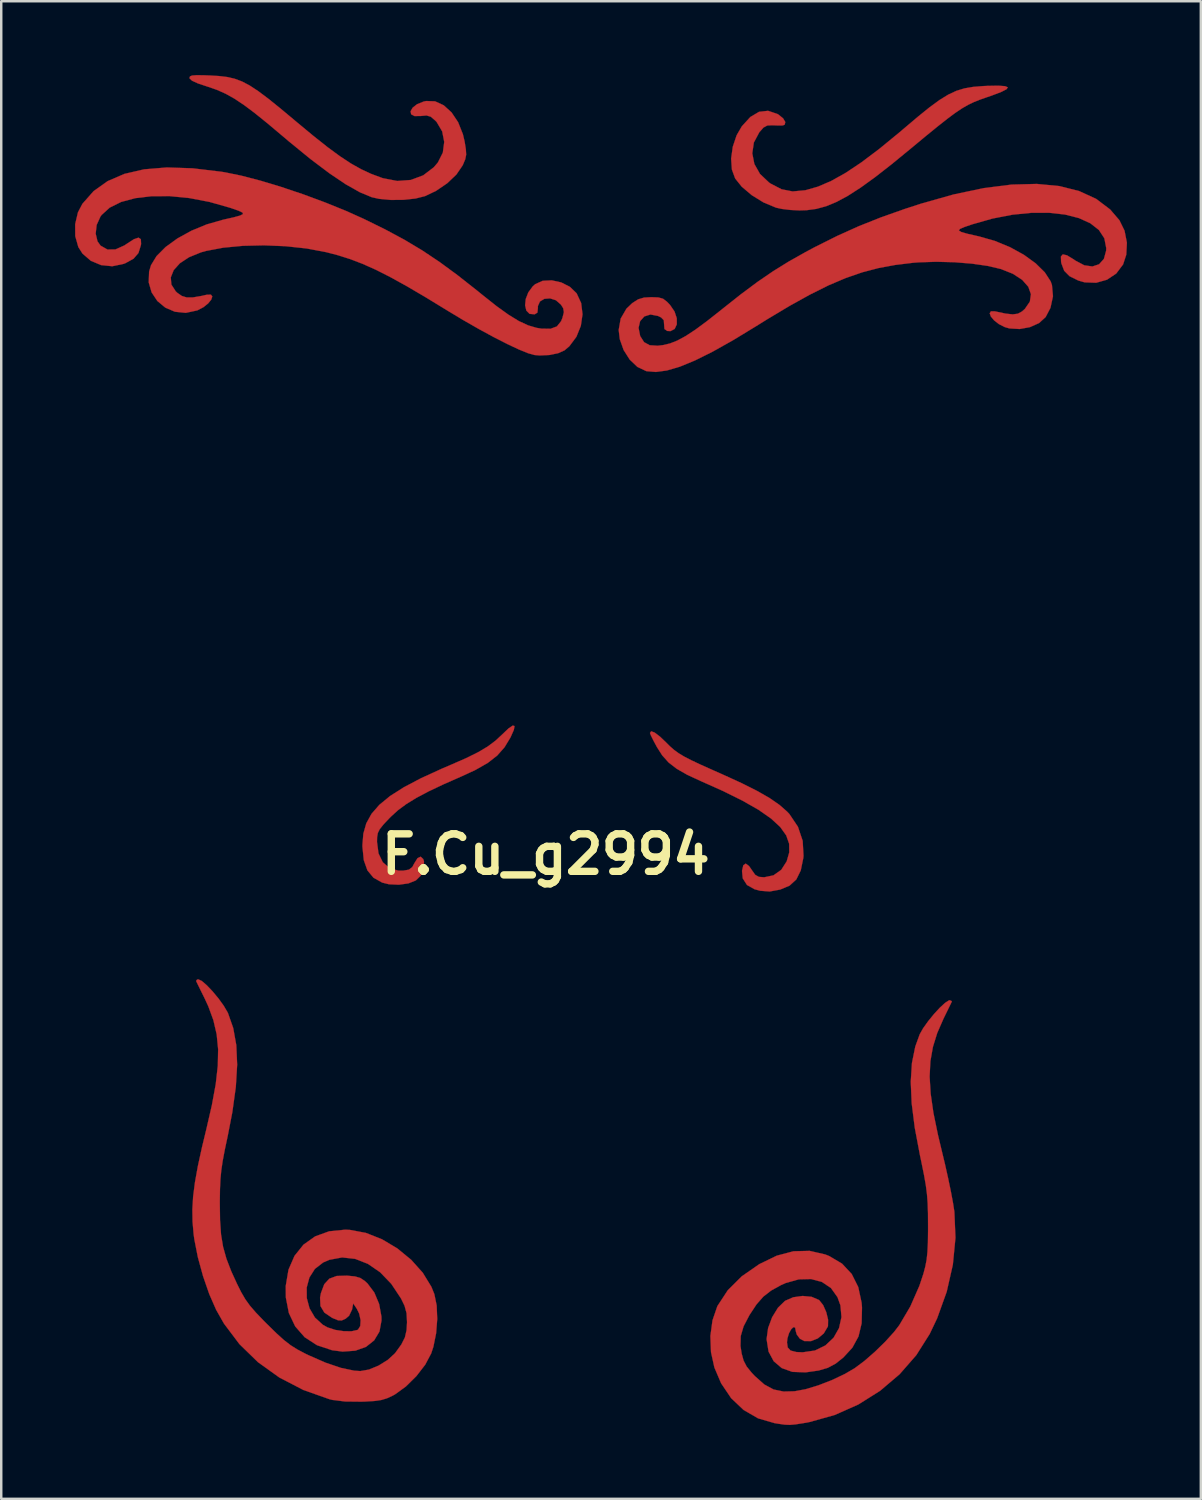
<source format=kicad_pcb>
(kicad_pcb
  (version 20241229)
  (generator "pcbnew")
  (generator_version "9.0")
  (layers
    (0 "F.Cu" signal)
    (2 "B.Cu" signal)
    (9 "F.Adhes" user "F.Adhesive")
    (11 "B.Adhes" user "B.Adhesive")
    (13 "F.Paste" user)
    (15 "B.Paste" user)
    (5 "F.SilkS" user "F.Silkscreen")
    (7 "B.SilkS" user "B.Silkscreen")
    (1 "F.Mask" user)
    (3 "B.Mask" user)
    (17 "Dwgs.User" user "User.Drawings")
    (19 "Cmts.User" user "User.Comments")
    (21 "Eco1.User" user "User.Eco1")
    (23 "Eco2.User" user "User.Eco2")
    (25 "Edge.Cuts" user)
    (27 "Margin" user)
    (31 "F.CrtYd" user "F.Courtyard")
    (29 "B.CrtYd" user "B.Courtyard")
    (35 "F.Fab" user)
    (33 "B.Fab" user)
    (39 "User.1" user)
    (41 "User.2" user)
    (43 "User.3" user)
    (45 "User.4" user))
  (footprint "F.Cu_g2994"
    (layer "F.Cu")
    (at 19.128 31.668)
    (property "Reference" "F.Cu_g2994" (at 0 0 0) (layer "F.SilkS") (effects (font (size 1.524 1.524) (thickness 0.3))))
    (attr through_hole)
    (fp_poly (pts (xy 4.424 -4.95) (xy 4.641 -4.785) (xy 4.872 -4.565) (xy 5.047 -4.391) (xy 5.215 -4.244) (xy 5.399 -4.11) (xy 5.624 -3.974) (xy 5.916 -3.823) (xy 6.299 -3.643) (xy 6.799 -3.419) (xy 7.16 -3.259) (xy 7.944 -2.901) (xy 8.583 -2.581) (xy 9.095 -2.288) (xy 9.495 -2.011) (xy 9.803 -1.741) (xy 9.9 -1.638) (xy 10.246 -1.123) (xy 10.44 -0.549) (xy 10.473 0.06) (xy 10.465 0.148) (xy 10.362 0.651) (xy 10.181 1.019) (xy 9.904 1.272) (xy 9.525 1.43) (xy 9.1 1.508) (xy 8.713 1.479) (xy 8.48 1.416) (xy 8.176 1.244) (xy 8.004 0.975) (xy 7.974 0.669) (xy 8.028 0.44) (xy 8.125 0.375) (xy 8.259 0.473) (xy 8.369 0.631) (xy 8.508 0.829) (xy 8.66 0.914) (xy 8.876 0.931) (xy 9.253 0.852) (xy 9.569 0.628) (xy 9.789 0.285) (xy 9.894 -0.081) (xy 9.89 -0.431) (xy 9.77 -0.773) (xy 9.527 -1.112) (xy 9.154 -1.456) (xy 8.644 -1.812) (xy 7.989 -2.185) (xy 7.182 -2.584) (xy 6.316 -2.971) (xy 5.752 -3.231) (xy 5.321 -3.478) (xy 4.991 -3.733) (xy 4.732 -4.023) (xy 4.517 -4.36) (xy 4.375 -4.624) (xy 4.274 -4.829) (xy 4.234 -4.931) (xy 4.234 -4.932) (xy 4.283 -5.002) (xy 4.424 -4.95)) (stroke (width 0.01) (type solid)) (fill yes) (layer "F.Cu"))
    (fp_poly (pts (xy -1.27 -5.215) (xy -1.297 -5.061) (xy -1.425 -4.771) (xy -1.434 -4.752) (xy -1.674 -4.355) (xy -1.972 -4.017) (xy -2.358 -3.716) (xy -2.86 -3.43) (xy -3.398 -3.181) (xy -4.15 -2.849) (xy -4.765 -2.558) (xy -5.263 -2.294) (xy -5.669 -2.044) (xy -6.005 -1.795) (xy -6.292 -1.534) (xy -6.352 -1.473) (xy -6.598 -1.212) (xy -6.747 -1.025) (xy -6.825 -0.868) (xy -6.854 -0.695) (xy -6.858 -0.504) (xy -6.797 -0.039) (xy -6.623 0.32) (xy -6.347 0.558) (xy -5.984 0.663) (xy -5.794 0.662) (xy -5.56 0.621) (xy -5.423 0.514) (xy -5.34 0.36) (xy -5.211 0.153) (xy -5.084 0.094) (xy -4.981 0.189) (xy -4.95 0.278) (xy -4.954 0.577) (xy -5.085 0.867) (xy -5.277 1.057) (xy -5.58 1.179) (xy -5.969 1.233) (xy -6.371 1.215) (xy -6.646 1.147) (xy -7.001 0.949) (xy -7.248 0.65) (xy -7.395 0.234) (xy -7.45 -0.313) (xy -7.45 -0.387) (xy -7.413 -0.843) (xy -7.294 -1.26) (xy -7.082 -1.646) (xy -6.764 -2.012) (xy -6.33 -2.369) (xy -5.769 -2.726) (xy -5.069 -3.095) (xy -4.219 -3.484) (xy -3.852 -3.641) (xy -3.234 -3.911) (xy -2.747 -4.153) (xy -2.36 -4.383) (xy -2.042 -4.621) (xy -1.782 -4.863) (xy -1.514 -5.117) (xy -1.343 -5.234) (xy -1.27 -5.215)) (stroke (width 0.01) (type solid)) (fill yes) (layer "F.Cu"))
    (fp_poly (pts (xy 18.661 -31.217) (xy 18.775 -31.17) (xy 18.724 -31.092) (xy 18.507 -30.981) (xy 18.126 -30.836) (xy 17.931 -30.77) (xy 17.648 -30.671) (xy 17.397 -30.571) (xy 17.158 -30.456) (xy 16.911 -30.313) (xy 16.636 -30.128) (xy 16.313 -29.888) (xy 15.922 -29.579) (xy 15.442 -29.188) (xy 14.855 -28.701) (xy 14.831 -28.681) (xy 14.054 -28.044) (xy 13.38 -27.518) (xy 12.793 -27.094) (xy 12.277 -26.762) (xy 11.815 -26.513) (xy 11.392 -26.338) (xy 10.991 -26.229) (xy 10.596 -26.176) (xy 10.304 -26.168) (xy 9.941 -26.186) (xy 9.593 -26.228) (xy 9.356 -26.28) (xy 8.848 -26.492) (xy 8.367 -26.789) (xy 7.96 -27.135) (xy 7.696 -27.466) (xy 7.563 -27.829) (xy 7.532 -28.274) (xy 7.599 -28.754) (xy 7.756 -29.221) (xy 7.966 -29.584) (xy 8.311 -29.963) (xy 8.666 -30.174) (xy 9.032 -30.215) (xy 9.409 -30.088) (xy 9.461 -30.058) (xy 9.645 -29.908) (xy 9.733 -29.76) (xy 9.709 -29.652) (xy 9.631 -29.621) (xy 9.479 -29.618) (xy 9.249 -29.626) (xy 9.217 -29.628) (xy 9.003 -29.619) (xy 8.846 -29.535) (xy 8.675 -29.341) (xy 8.675 -29.34) (xy 8.455 -28.926) (xy 8.391 -28.488) (xy 8.476 -28.054) (xy 8.705 -27.649) (xy 9.073 -27.301) (xy 9.132 -27.26) (xy 9.581 -27.027) (xy 10.03 -26.939) (xy 10.537 -26.986) (xy 10.567 -26.992) (xy 11.066 -27.135) (xy 11.601 -27.366) (xy 12.185 -27.693) (xy 12.831 -28.124) (xy 13.554 -28.669) (xy 14.366 -29.335) (xy 14.539 -29.482) (xy 15.118 -29.972) (xy 15.597 -30.359) (xy 16.002 -30.655) (xy 16.357 -30.874) (xy 16.686 -31.027) (xy 17.014 -31.127) (xy 17.365 -31.187) (xy 17.764 -31.22) (xy 17.939 -31.228) (xy 18.382 -31.236) (xy 18.661 -31.217)) (stroke (width 0.01) (type solid)) (fill yes) (layer "F.Cu"))
    (fp_poly (pts (xy -13.887 -31.659) (xy -13.652 -31.65) (xy -13.272 -31.628) (xy -12.942 -31.588) (xy -12.64 -31.518) (xy -12.344 -31.407) (xy -12.032 -31.243) (xy -11.684 -31.014) (xy -11.277 -30.709) (xy -10.79 -30.317) (xy -10.201 -29.825) (xy -10.118 -29.755) (xy -9.441 -29.194) (xy -8.864 -28.736) (xy -8.363 -28.368) (xy -7.916 -28.074) (xy -7.502 -27.841) (xy -7.097 -27.653) (xy -6.679 -27.497) (xy -6.616 -27.476) (xy -6.037 -27.364) (xy -5.484 -27.405) (xy -4.98 -27.593) (xy -4.55 -27.921) (xy -4.384 -28.116) (xy -4.183 -28.516) (xy -4.126 -28.951) (xy -4.209 -29.378) (xy -4.43 -29.754) (xy -4.491 -29.819) (xy -4.673 -29.975) (xy -4.846 -30.026) (xy -5.074 -30.005) (xy -5.334 -30.001) (xy -5.471 -30.074) (xy -5.493 -30.197) (xy -5.41 -30.342) (xy -5.232 -30.482) (xy -4.967 -30.59) (xy -4.864 -30.613) (xy -4.499 -30.601) (xy -4.147 -30.439) (xy -3.828 -30.149) (xy -3.562 -29.751) (xy -3.368 -29.264) (xy -3.298 -28.968) (xy -3.247 -28.648) (xy -3.235 -28.431) (xy -3.271 -28.25) (xy -3.357 -28.044) (xy -3.385 -27.987) (xy -3.632 -27.626) (xy -4.003 -27.273) (xy -4.456 -26.964) (xy -4.906 -26.749) (xy -5.294 -26.651) (xy -5.778 -26.598) (xy -6.292 -26.593) (xy -6.77 -26.637) (xy -7.07 -26.704) (xy -7.55 -26.903) (xy -8.125 -27.227) (xy -8.795 -27.678) (xy -9.564 -28.258) (xy -10.434 -28.968) (xy -10.71 -29.202) (xy -11.325 -29.719) (xy -11.839 -30.134) (xy -12.277 -30.461) (xy -12.661 -30.715) (xy -13.013 -30.911) (xy -13.355 -31.064) (xy -13.711 -31.188) (xy -13.738 -31.196) (xy -14.134 -31.328) (xy -14.376 -31.439) (xy -14.474 -31.532) (xy -14.478 -31.553) (xy -14.456 -31.614) (xy -14.369 -31.649) (xy -14.189 -31.663) (xy -13.887 -31.659)) (stroke (width 0.01) (type solid)) (fill yes) (layer "F.Cu"))
    (fp_poly (pts (xy 20.869 -27.157) (xy 21.673 -26.954) (xy 22.363 -26.638) (xy 22.933 -26.207) (xy 23.31 -25.769) (xy 23.519 -25.343) (xy 23.614 -24.856) (xy 23.589 -24.369) (xy 23.46 -23.974) (xy 23.183 -23.605) (xy 22.806 -23.352) (xy 22.366 -23.228) (xy 21.896 -23.245) (xy 21.639 -23.319) (xy 21.283 -23.495) (xy 21.065 -23.717) (xy 20.951 -24.018) (xy 20.94 -24.077) (xy 20.933 -24.293) (xy 21.01 -24.382) (xy 21.18 -24.343) (xy 21.452 -24.178) (xy 21.519 -24.13) (xy 21.882 -23.937) (xy 22.212 -23.89) (xy 22.485 -23.98) (xy 22.68 -24.198) (xy 22.771 -24.534) (xy 22.775 -24.637) (xy 22.698 -25.034) (xy 22.477 -25.372) (xy 22.126 -25.647) (xy 21.661 -25.857) (xy 21.098 -26) (xy 20.451 -26.072) (xy 19.735 -26.07) (xy 18.966 -25.994) (xy 18.158 -25.838) (xy 17.328 -25.602) (xy 17.317 -25.598) (xy 17.009 -25.493) (xy 16.83 -25.415) (xy 16.785 -25.351) (xy 16.883 -25.29) (xy 17.13 -25.219) (xy 17.535 -25.127) (xy 17.611 -25.11) (xy 18.257 -24.925) (xy 18.872 -24.67) (xy 19.431 -24.362) (xy 19.907 -24.017) (xy 20.277 -23.653) (xy 20.515 -23.287) (xy 20.569 -23.135) (xy 20.61 -22.679) (xy 20.509 -22.21) (xy 20.312 -21.833) (xy 20.046 -21.591) (xy 19.676 -21.425) (xy 19.256 -21.348) (xy 18.838 -21.373) (xy 18.653 -21.426) (xy 18.411 -21.549) (xy 18.217 -21.701) (xy 18.087 -21.856) (xy 18.039 -21.986) (xy 18.087 -22.066) (xy 18.249 -22.067) (xy 18.267 -22.063) (xy 18.68 -21.975) (xy 18.972 -21.943) (xy 19.182 -21.97) (xy 19.351 -22.061) (xy 19.469 -22.166) (xy 19.671 -22.46) (xy 19.715 -22.765) (xy 19.608 -23.065) (xy 19.36 -23.346) (xy 18.98 -23.593) (xy 18.499 -23.785) (xy 17.97 -23.911) (xy 17.323 -24.004) (xy 16.606 -24.062) (xy 15.868 -24.081) (xy 15.158 -24.058) (xy 14.924 -24.04) (xy 14.203 -23.952) (xy 13.522 -23.826) (xy 12.858 -23.652) (xy 12.187 -23.42) (xy 11.487 -23.122) (xy 10.735 -22.747) (xy 9.907 -22.288) (xy 8.982 -21.734) (xy 8.551 -21.466) (xy 7.609 -20.893) (xy 6.784 -20.43) (xy 6.067 -20.073) (xy 5.449 -19.818) (xy 4.921 -19.663) (xy 4.475 -19.603) (xy 4.101 -19.634) (xy 4.077 -19.64) (xy 3.725 -19.807) (xy 3.412 -20.104) (xy 3.164 -20.494) (xy 3.007 -20.937) (xy 2.963 -21.311) (xy 3.044 -21.771) (xy 3.278 -22.175) (xy 3.515 -22.401) (xy 3.753 -22.554) (xy 3.995 -22.626) (xy 4.296 -22.642) (xy 4.578 -22.631) (xy 4.765 -22.579) (xy 4.928 -22.454) (xy 5.047 -22.329) (xy 5.232 -22.06) (xy 5.323 -21.785) (xy 5.324 -21.537) (xy 5.238 -21.352) (xy 5.07 -21.263) (xy 4.936 -21.269) (xy 4.823 -21.348) (xy 4.808 -21.532) (xy 4.796 -21.706) (xy 4.685 -21.819) (xy 4.559 -21.88) (xy 4.253 -21.938) (xy 4.003 -21.859) (xy 3.834 -21.669) (xy 3.77 -21.396) (xy 3.835 -21.069) (xy 3.841 -21.054) (xy 3.995 -20.814) (xy 4.222 -20.689) (xy 4.552 -20.669) (xy 4.761 -20.694) (xy 5.047 -20.761) (xy 5.348 -20.88) (xy 5.686 -21.063) (xy 6.082 -21.323) (xy 6.556 -21.673) (xy 7.13 -22.126) (xy 7.193 -22.177) (xy 7.937 -22.766) (xy 8.604 -23.263) (xy 9.234 -23.694) (xy 9.871 -24.089) (xy 10.554 -24.474) (xy 10.944 -24.682) (xy 11.845 -25.132) (xy 12.719 -25.526) (xy 13.621 -25.885) (xy 14.603 -26.232) (xy 15.253 -26.443) (xy 16.576 -26.817) (xy 17.803 -27.075) (xy 18.929 -27.217) (xy 19.953 -27.244) (xy 20.869 -27.157)) (stroke (width 0.01) (type solid)) (fill yes) (layer "F.Cu"))
    (fp_poly (pts (xy -14.354 -27.879) (xy -13.18 -27.739) (xy -13.039 -27.716) (xy -12.371 -27.579) (xy -11.592 -27.376) (xy -10.738 -27.118) (xy -9.848 -26.818) (xy -8.959 -26.489) (xy -8.109 -26.144) (xy -7.395 -25.823) (xy -6.523 -25.394) (xy -5.745 -24.976) (xy -5.021 -24.543) (xy -4.312 -24.069) (xy -3.577 -23.529) (xy -2.775 -22.897) (xy -2.582 -22.74) (xy -2 -22.278) (xy -1.51 -21.926) (xy -1.092 -21.67) (xy -0.721 -21.498) (xy -0.375 -21.396) (xy -0.179 -21.364) (xy 0.195 -21.358) (xy 0.453 -21.454) (xy 0.623 -21.667) (xy 0.68 -21.81) (xy 0.736 -22.034) (xy 0.708 -22.194) (xy 0.615 -22.34) (xy 0.413 -22.517) (xy 0.174 -22.593) (xy -0.056 -22.575) (xy -0.236 -22.469) (xy -0.32 -22.283) (xy -0.32 -22.203) (xy -0.34 -22.016) (xy -0.449 -21.946) (xy -0.658 -21.964) (xy -0.789 -22.096) (xy -0.84 -22.309) (xy -0.814 -22.567) (xy -0.71 -22.836) (xy -0.529 -23.082) (xy -0.427 -23.172) (xy -0.125 -23.307) (xy 0.242 -23.326) (xy 0.626 -23.242) (xy 0.978 -23.064) (xy 1.25 -22.803) (xy 1.254 -22.798) (xy 1.438 -22.402) (xy 1.493 -21.948) (xy 1.425 -21.478) (xy 1.244 -21.031) (xy 0.958 -20.648) (xy 0.762 -20.481) (xy 0.502 -20.365) (xy 0.144 -20.292) (xy -0.246 -20.274) (xy -0.466 -20.293) (xy -0.721 -20.365) (xy -1.096 -20.518) (xy -1.568 -20.74) (xy -2.116 -21.02) (xy -2.718 -21.347) (xy -3.35 -21.709) (xy -3.991 -22.094) (xy -4.031 -22.119) (xy -4.899 -22.649) (xy -5.652 -23.091) (xy -6.311 -23.455) (xy -6.898 -23.753) (xy -7.435 -23.993) (xy -7.944 -24.188) (xy -8.446 -24.347) (xy -8.927 -24.472) (xy -9.717 -24.621) (xy -10.572 -24.713) (xy -11.45 -24.749) (xy -12.309 -24.729) (xy -13.108 -24.653) (xy -13.803 -24.522) (xy -14.011 -24.464) (xy -14.496 -24.266) (xy -14.869 -24.02) (xy -15.12 -23.741) (xy -15.238 -23.446) (xy -15.214 -23.154) (xy -15.038 -22.88) (xy -14.969 -22.816) (xy -14.789 -22.692) (xy -14.595 -22.632) (xy -14.344 -22.632) (xy -13.996 -22.691) (xy -13.78 -22.74) (xy -13.608 -22.746) (xy -13.551 -22.672) (xy -13.593 -22.545) (xy -13.717 -22.391) (xy -13.906 -22.238) (xy -14.145 -22.112) (xy -14.166 -22.104) (xy -14.63 -22.005) (xy -15.069 -22.05) (xy -15.461 -22.218) (xy -15.784 -22.487) (xy -16.016 -22.835) (xy -16.135 -23.241) (xy -16.119 -23.684) (xy -16.041 -23.943) (xy -15.816 -24.312) (xy -15.449 -24.68) (xy -14.969 -25.028) (xy -14.402 -25.341) (xy -13.776 -25.6) (xy -13.118 -25.788) (xy -13.115 -25.789) (xy -12.688 -25.885) (xy -12.42 -25.959) (xy -12.302 -26.02) (xy -12.329 -26.083) (xy -12.492 -26.159) (xy -12.784 -26.261) (xy -12.83 -26.276) (xy -13.666 -26.513) (xy -14.488 -26.67) (xy -15.278 -26.747) (xy -16.016 -26.745) (xy -16.681 -26.666) (xy -17.255 -26.512) (xy -17.718 -26.283) (xy -18.051 -25.981) (xy -18.097 -25.917) (xy -18.251 -25.576) (xy -18.29 -25.223) (xy -18.216 -24.91) (xy -18.092 -24.737) (xy -17.813 -24.579) (xy -17.488 -24.581) (xy -17.125 -24.744) (xy -17.031 -24.807) (xy -16.738 -24.997) (xy -16.549 -25.061) (xy -16.454 -24.998) (xy -16.445 -24.808) (xy -16.453 -24.754) (xy -16.552 -24.437) (xy -16.752 -24.205) (xy -17.083 -24.023) (xy -17.152 -23.996) (xy -17.615 -23.899) (xy -18.073 -23.946) (xy -18.489 -24.122) (xy -18.826 -24.414) (xy -18.995 -24.679) (xy -19.12 -25.121) (xy -19.123 -25.612) (xy -19.01 -26.09) (xy -18.831 -26.434) (xy -18.374 -26.952) (xy -17.805 -27.357) (xy -17.122 -27.652) (xy -16.321 -27.837) (xy -15.4 -27.913) (xy -14.354 -27.879)) (stroke (width 0.01) (type solid)) (fill yes) (layer "F.Cu"))
    (fp_poly (pts (xy 16.498 5.964) (xy 16.496 5.99) (xy 16.448 6.091) (xy 16.344 6.304) (xy 16.205 6.588) (xy 16.156 6.689) (xy 15.907 7.259) (xy 15.732 7.823) (xy 15.629 8.406) (xy 15.598 9.031) (xy 15.64 9.724) (xy 15.753 10.508) (xy 15.938 11.406) (xy 16.081 12.003) (xy 16.22 12.581) (xy 16.35 13.163) (xy 16.463 13.707) (xy 16.55 14.173) (xy 16.603 14.517) (xy 16.604 14.526) (xy 16.648 15.581) (xy 16.542 16.673) (xy 16.292 17.773) (xy 15.904 18.851) (xy 15.602 19.486) (xy 15.056 20.35) (xy 14.378 21.125) (xy 13.586 21.798) (xy 12.7 22.355) (xy 11.738 22.782) (xy 10.719 23.067) (xy 10.461 23.114) (xy 10.144 23.163) (xy 9.918 23.183) (xy 9.707 23.174) (xy 9.437 23.135) (xy 9.291 23.111) (xy 8.626 22.917) (xy 8.037 22.576) (xy 7.533 22.098) (xy 7.126 21.494) (xy 6.852 20.853) (xy 6.714 20.229) (xy 6.689 19.571) (xy 6.775 18.934) (xy 6.968 18.371) (xy 6.983 18.341) (xy 7.396 17.712) (xy 7.963 17.147) (xy 8.677 16.651) (xy 9.387 16.307) (xy 10.066 16.128) (xy 10.72 16.112) (xy 11.356 16.258) (xy 11.519 16.323) (xy 12.039 16.631) (xy 12.432 17.051) (xy 12.697 17.581) (xy 12.835 18.222) (xy 12.85 18.415) (xy 12.835 19.055) (xy 12.708 19.589) (xy 12.457 20.048) (xy 12.096 20.441) (xy 11.778 20.695) (xy 11.459 20.865) (xy 11.087 20.974) (xy 10.606 21.042) (xy 10.541 21.048) (xy 10.019 21.029) (xy 9.588 20.874) (xy 9.262 20.596) (xy 9.053 20.206) (xy 8.975 19.714) (xy 8.975 19.68) (xy 9.035 19.247) (xy 9.198 18.809) (xy 9.435 18.423) (xy 9.719 18.146) (xy 9.728 18.14) (xy 10.056 17.997) (xy 10.436 17.944) (xy 10.804 17.979) (xy 11.098 18.106) (xy 11.112 18.116) (xy 11.271 18.316) (xy 11.398 18.604) (xy 11.472 18.91) (xy 11.468 19.163) (xy 11.459 19.192) (xy 11.297 19.467) (xy 11.056 19.669) (xy 10.779 19.779) (xy 10.51 19.778) (xy 10.326 19.682) (xy 10.199 19.511) (xy 10.16 19.376) (xy 10.132 19.229) (xy 10.062 19.212) (xy 9.973 19.297) (xy 9.885 19.456) (xy 9.821 19.663) (xy 9.802 19.825) (xy 9.831 20.037) (xy 9.948 20.163) (xy 10.184 20.223) (xy 10.439 20.234) (xy 10.938 20.161) (xy 11.362 19.955) (xy 11.694 19.643) (xy 11.917 19.25) (xy 12.016 18.803) (xy 11.974 18.327) (xy 11.853 17.992) (xy 11.589 17.623) (xy 11.224 17.377) (xy 10.782 17.257) (xy 10.284 17.269) (xy 9.751 17.417) (xy 9.559 17.503) (xy 9.154 17.727) (xy 8.839 17.973) (xy 8.565 18.285) (xy 8.284 18.71) (xy 8.27 18.733) (xy 8.038 19.179) (xy 7.922 19.574) (xy 7.912 19.976) (xy 7.96 20.286) (xy 8.039 20.572) (xy 8.162 20.81) (xy 8.365 21.061) (xy 8.495 21.199) (xy 8.879 21.54) (xy 9.251 21.743) (xy 9.661 21.828) (xy 10.11 21.817) (xy 10.553 21.735) (xy 11.078 21.576) (xy 11.63 21.362) (xy 12.153 21.114) (xy 12.55 20.882) (xy 12.944 20.588) (xy 13.374 20.213) (xy 13.793 19.804) (xy 14.154 19.406) (xy 14.365 19.132) (xy 14.813 18.373) (xy 15.182 17.533) (xy 15.345 17.043) (xy 15.422 16.751) (xy 15.476 16.472) (xy 15.509 16.163) (xy 15.528 15.785) (xy 15.534 15.295) (xy 15.534 15.071) (xy 15.531 14.575) (xy 15.518 14.169) (xy 15.49 13.807) (xy 15.443 13.441) (xy 15.37 13.026) (xy 15.266 12.514) (xy 15.207 12.234) (xy 14.994 11.108) (xy 14.869 10.115) (xy 14.831 9.241) (xy 14.88 8.476) (xy 15.016 7.806) (xy 15.197 7.308) (xy 15.335 7.064) (xy 15.537 6.781) (xy 15.772 6.492) (xy 16.011 6.232) (xy 16.225 6.035) (xy 16.383 5.933) (xy 16.416 5.927) (xy 16.498 5.964)) (stroke (width 0.01) (type solid)) (fill yes) (layer "F.Cu"))
    (fp_poly (pts (xy -13.977 5.145) (xy -13.775 5.319) (xy -13.54 5.566) (xy -13.301 5.854) (xy -13.088 6.149) (xy -12.931 6.416) (xy -12.912 6.456) (xy -12.7 7.06) (xy -12.576 7.753) (xy -12.541 8.546) (xy -12.595 9.45) (xy -12.737 10.477) (xy -12.922 11.43) (xy -13.043 12.001) (xy -13.129 12.455) (xy -13.186 12.842) (xy -13.221 13.209) (xy -13.239 13.605) (xy -13.246 14.078) (xy -13.246 14.182) (xy -13.236 14.873) (xy -13.196 15.445) (xy -13.113 15.947) (xy -12.978 16.429) (xy -12.781 16.94) (xy -12.552 17.441) (xy -12.378 17.79) (xy -12.212 18.075) (xy -12.024 18.337) (xy -11.783 18.616) (xy -11.459 18.954) (xy -11.312 19.101) (xy -10.939 19.466) (xy -10.639 19.737) (xy -10.37 19.945) (xy -10.092 20.12) (xy -9.763 20.293) (xy -9.652 20.347) (xy -8.955 20.653) (xy -8.325 20.867) (xy -7.786 20.98) (xy -7.534 20.997) (xy -7.186 20.936) (xy -6.794 20.774) (xy -6.423 20.544) (xy -6.132 20.277) (xy -6.11 20.25) (xy -5.867 19.913) (xy -5.724 19.628) (xy -5.656 19.331) (xy -5.638 19.008) (xy -5.657 18.645) (xy -5.739 18.343) (xy -5.883 18.046) (xy -6.277 17.453) (xy -6.73 16.982) (xy -7.226 16.641) (xy -7.747 16.437) (xy -8.275 16.379) (xy -8.794 16.475) (xy -9.045 16.583) (xy -9.383 16.845) (xy -9.606 17.196) (xy -9.715 17.602) (xy -9.712 18.03) (xy -9.6 18.447) (xy -9.381 18.821) (xy -9.056 19.118) (xy -8.868 19.222) (xy -8.558 19.323) (xy -8.212 19.376) (xy -7.89 19.379) (xy -7.655 19.325) (xy -7.628 19.311) (xy -7.538 19.164) (xy -7.524 18.928) (xy -7.582 18.662) (xy -7.675 18.472) (xy -7.826 18.246) (xy -7.872 18.497) (xy -7.993 18.749) (xy -8.135 18.87) (xy -8.293 18.94) (xy -8.439 18.934) (xy -8.647 18.849) (xy -8.685 18.831) (xy -8.997 18.62) (xy -9.156 18.354) (xy -9.172 18.01) (xy -9.136 17.825) (xy -9.002 17.468) (xy -8.797 17.243) (xy -8.497 17.132) (xy -8.073 17.119) (xy -8.065 17.12) (xy -7.75 17.151) (xy -7.537 17.213) (xy -7.357 17.333) (xy -7.242 17.439) (xy -6.966 17.807) (xy -6.771 18.273) (xy -6.679 18.777) (xy -6.675 18.941) (xy -6.758 19.389) (xy -6.974 19.75) (xy -7.306 20.013) (xy -7.739 20.168) (xy -8.255 20.205) (xy -8.681 20.15) (xy -9.296 19.946) (xy -9.799 19.62) (xy -10.183 19.18) (xy -10.44 18.638) (xy -10.563 18.004) (xy -10.567 17.538) (xy -10.455 16.878) (xy -10.21 16.314) (xy -9.845 15.859) (xy -9.371 15.523) (xy -8.802 15.317) (xy -8.15 15.251) (xy -7.961 15.26) (xy -7.309 15.382) (xy -6.657 15.64) (xy -6.033 16.012) (xy -5.47 16.474) (xy -4.998 17.001) (xy -4.649 17.571) (xy -4.528 17.869) (xy -4.434 18.33) (xy -4.411 18.881) (xy -4.456 19.461) (xy -4.567 20.009) (xy -4.655 20.277) (xy -4.899 20.737) (xy -5.257 21.201) (xy -5.682 21.621) (xy -6.127 21.944) (xy -6.223 21.996) (xy -6.456 22.104) (xy -6.688 22.173) (xy -6.971 22.213) (xy -7.357 22.236) (xy -7.493 22.24) (xy -8.153 22.233) (xy -8.665 22.17) (xy -8.789 22.14) (xy -9.852 21.764) (xy -10.825 21.259) (xy -11.695 20.635) (xy -12.449 19.901) (xy -13.076 19.068) (xy -13.394 18.508) (xy -13.674 17.87) (xy -13.929 17.133) (xy -14.139 16.366) (xy -14.282 15.639) (xy -14.31 15.43) (xy -14.353 14.928) (xy -14.361 14.428) (xy -14.33 13.903) (xy -14.256 13.325) (xy -14.137 12.665) (xy -13.969 11.896) (xy -13.795 11.176) (xy -13.568 10.19) (xy -13.411 9.334) (xy -13.327 8.585) (xy -13.314 7.918) (xy -13.374 7.31) (xy -13.507 6.737) (xy -13.713 6.175) (xy -13.867 5.842) (xy -14.015 5.543) (xy -14.133 5.303) (xy -14.201 5.162) (xy -14.21 5.144) (xy -14.169 5.087) (xy -14.116 5.08) (xy -13.977 5.145)) (stroke (width 0.01) (type solid)) (fill yes) (layer "F.Cu")))
  (gr_rect
    (start -3 -3)
    (end 45.747 57.856)
    (stroke (width 0.1) (type default))
    (fill no)
    (layer "Edge.Cuts")))
</source>
